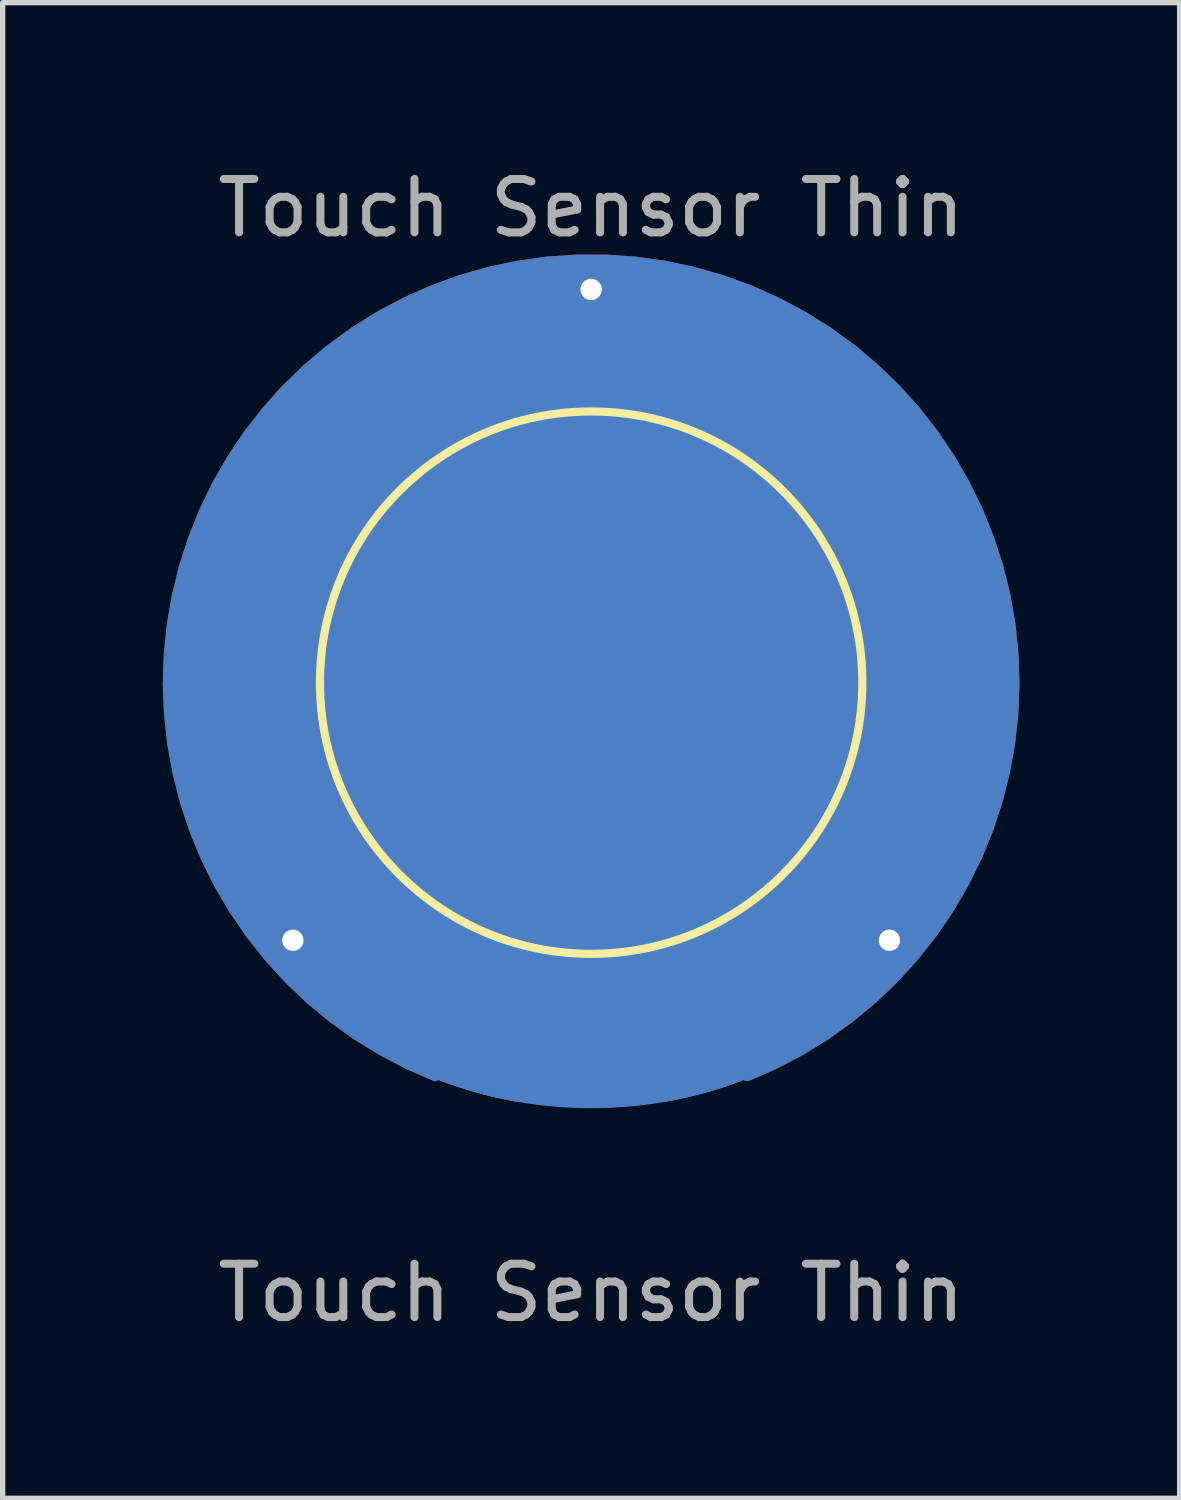
<source format=kicad_pcb>
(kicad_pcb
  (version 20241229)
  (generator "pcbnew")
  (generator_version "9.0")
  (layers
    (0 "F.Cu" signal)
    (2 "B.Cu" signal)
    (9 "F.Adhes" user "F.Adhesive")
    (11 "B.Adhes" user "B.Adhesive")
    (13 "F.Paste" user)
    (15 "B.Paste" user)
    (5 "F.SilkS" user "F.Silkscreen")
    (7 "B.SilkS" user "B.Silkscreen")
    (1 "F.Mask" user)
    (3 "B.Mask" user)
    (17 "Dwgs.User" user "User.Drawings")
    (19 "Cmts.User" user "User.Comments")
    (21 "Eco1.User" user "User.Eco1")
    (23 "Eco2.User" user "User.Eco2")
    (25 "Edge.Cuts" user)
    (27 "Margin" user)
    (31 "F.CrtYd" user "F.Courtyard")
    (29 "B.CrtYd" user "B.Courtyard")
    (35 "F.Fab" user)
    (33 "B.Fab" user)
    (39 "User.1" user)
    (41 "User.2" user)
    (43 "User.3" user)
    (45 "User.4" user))
  (footprint "Touch Sensor Thin"
    (layer "F.Cu")
    (at 8.024 9.738)
    (property "Reference" "Touch Sensor Thin" (at 0 -8.89 0) (unlocked yes) (layer "F.Fab") (effects (font (size 1 1) (thickness 0.15))))
    (attr smd)
    (fp_circle (center 0 0) (end 7.872 0) (stroke (width 0.2) (type solid)) (fill yes) (layer "B.Cu"))
    (fp_circle (center 0 0) (end 5.08 0) (stroke (width 0.153) (type solid)) (fill no) (layer "F.SilkS"))
    (fp_text user "${REFERENCE}" (at 0 11.43 0) (unlocked yes) (layer "F.Fab") (effects (font (size 1 1) (thickness 0.15))))
    (pad "1" smd circle (at 0 0) (size 10 10) (layers "F.Cu"))
    (pad "2" thru_hole circle (at -5.588 4.826) (size 0.45 0.45) (drill 0.4) (layers "*.Cu"))
    (pad "2" thru_hole custom (at 0 -7.366) (size 0.45 0.45) (drill 0.4) (layers "*.Cu") (options (anchor circle)) (primitives (gr_poly (pts (arc (start -1.27 14.096999) (mid 0 0.516237) (end 1.27 14.096999)) (arc (start 1.397 15.113) (mid 0 -0.505951) (end -1.397 15.113))) (width 0.2) (fill yes)) (gr_arc (start -2.54 13.716) (mid -0.011768 0.526851) (end 2.561838 13.707221) (width 0.2)) (gr_arc (start -2.921 14.731999) (mid -0.002643 -0.558025) (end 2.925913 14.730049) (width 0.2)) (gr_line (start 2.921 14.732) (end 2.54 13.716) (width 0.2)) (gr_line (start -2.54 13.716) (end -2.921 14.732) (width 0.2))))
    (pad "2" thru_hole circle (at 5.588 4.826) (size 0.45 0.45) (drill 0.4) (layers "*.Cu"))
    (zone (net_name "") (layer "F.Cu") (hatch edge 0.508) (connect_pads) (min_thickness 0.254) (filled_areas_thickness no) (keepout (tracks allowed) (vias allowed) (pads allowed) (copperpour not_allowed) (footprints allowed)) (placement (enabled no)) (fill) (polygon (pts (xy 15.985 9.738) (xy 15.966 9.183) (xy 15.908 8.63) (xy 15.811 8.083) (xy 15.677 7.544) (xy 15.505 7.015) (xy 15.297 6.5) (xy 15.054 6.001) (xy 14.776 5.519) (xy 14.465 5.059) (xy 14.123 4.621) (xy 13.751 4.208) (xy 13.351 3.822) (xy 12.926 3.465) (xy 12.476 3.138) (xy 12.005 2.843) (xy 11.514 2.583) (xy 11.006 2.357) (xy 10.484 2.167) (xy 9.95 2.013) (xy 9.407 1.898) (xy 8.856 1.82) (xy 8.302 1.782) (xy 7.746 1.782) (xy 7.192 1.82) (xy 6.642 1.898) (xy 6.098 2.013) (xy 5.564 2.167) (xy 5.042 2.357) (xy 4.534 2.583) (xy 4.043 2.843) (xy 3.572 3.138) (xy 3.123 3.465) (xy 2.697 3.822) (xy 2.297 4.208) (xy 1.925 4.621) (xy 1.583 5.059) (xy 1.272 5.519) (xy 0.995 6.001) (xy 0.751 6.5) (xy 0.543 7.015) (xy 0.371 7.544) (xy 0.237 8.083) (xy 0.14 8.63) (xy 0.082 9.183) (xy 0.063 9.738) (xy 0.082 10.294) (xy 0.14 10.846) (xy 0.237 11.394) (xy 0.371 11.933) (xy 0.543 12.461) (xy 0.751 12.976) (xy 0.995 13.476) (xy 1.272 13.957) (xy 1.583 14.418) (xy 1.925 14.856) (xy 2.297 15.269) (xy 2.697 15.655) (xy 3.123 16.012) (xy 3.572 16.339) (xy 4.043 16.633) (xy 4.534 16.894) (xy 5.042 17.12) (xy 5.564 17.31) (xy 6.098 17.463) (xy 6.642 17.579) (xy 7.192 17.656) (xy 7.746 17.695) (xy 8.302 17.695) (xy 8.856 17.656) (xy 9.407 17.579) (xy 9.95 17.463) (xy 10.484 17.31) (xy 11.006 17.12) (xy 11.514 16.894) (xy 12.005 16.633) (xy 12.476 16.339) (xy 12.926 16.012) (xy 13.351 15.655) (xy 13.751 15.269) (xy 14.123 14.856) (xy 14.465 14.418) (xy 14.776 13.957) (xy 15.054 13.476) (xy 15.297 12.976) (xy 15.505 12.461) (xy 15.677 11.933) (xy 15.811 11.394) (xy 15.908 10.846) (xy 15.966 10.294)))))
  (gr_rect
    (start -3 -3)
    (end 19.048 25.017)
    (stroke (width 0.1) (type default))
    (fill no)
    (layer "Edge.Cuts")))
</source>
